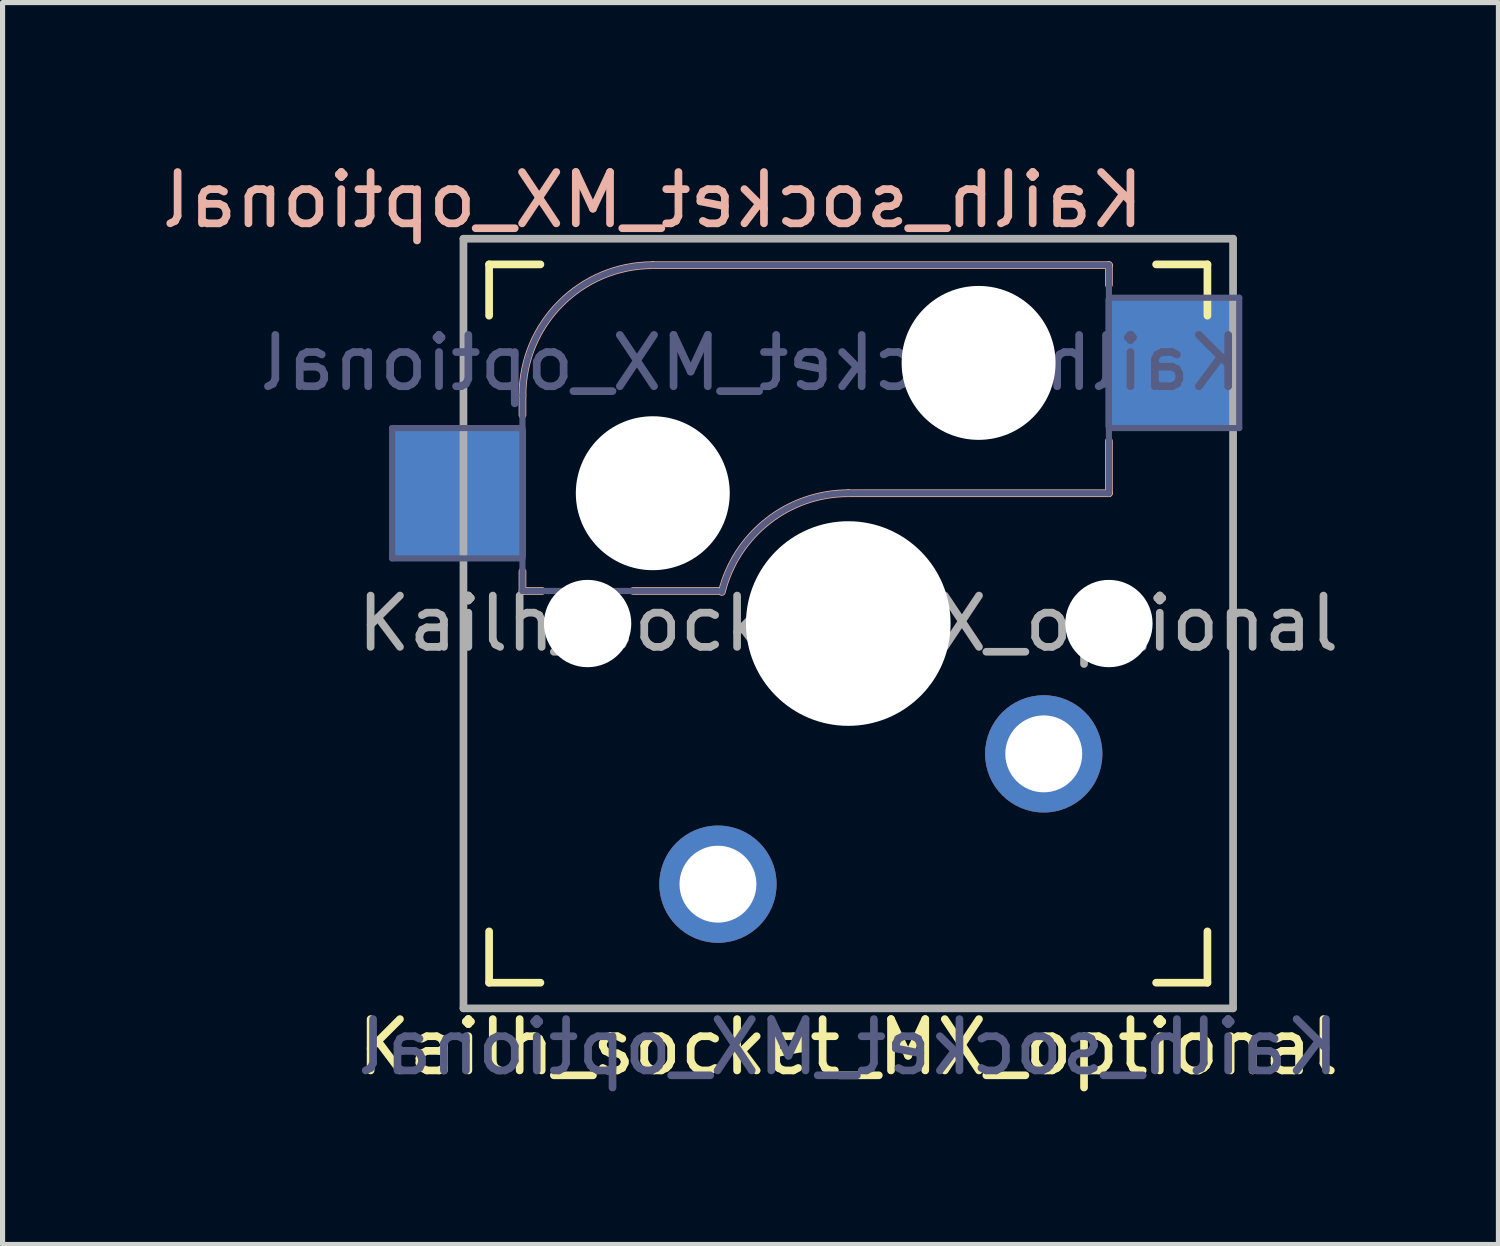
<source format=kicad_pcb>
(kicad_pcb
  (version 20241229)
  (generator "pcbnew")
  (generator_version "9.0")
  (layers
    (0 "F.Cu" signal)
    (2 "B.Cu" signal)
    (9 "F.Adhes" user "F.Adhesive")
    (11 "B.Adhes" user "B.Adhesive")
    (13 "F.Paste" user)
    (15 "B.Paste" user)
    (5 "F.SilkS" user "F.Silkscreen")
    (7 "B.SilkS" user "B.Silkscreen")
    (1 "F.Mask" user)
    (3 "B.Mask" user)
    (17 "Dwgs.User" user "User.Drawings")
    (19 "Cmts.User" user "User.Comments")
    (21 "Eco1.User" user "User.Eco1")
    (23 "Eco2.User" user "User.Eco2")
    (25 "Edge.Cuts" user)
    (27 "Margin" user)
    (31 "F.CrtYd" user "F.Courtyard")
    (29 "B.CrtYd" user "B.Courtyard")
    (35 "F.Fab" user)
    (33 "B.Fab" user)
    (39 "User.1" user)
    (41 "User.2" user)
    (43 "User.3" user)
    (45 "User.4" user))
  (footprint "Kailh_socket_MX_optional"
    (layer "F.Cu")
    (at 13.483 9.103)
    (property "Reference" "Kailh_socket_MX_optional" (at 0 8.255 180) (layer "F.SilkS") (effects (font (size 1 1) (thickness 0.15))))
    (property "Value" "Kailh_socket_MX_optional" (at 0 8.255 0) (layer "F.Fab") (hide yes) (effects (font (size 1 1) (thickness 0.15))))
    (attr through_hole)
    (fp_line (start -7 -6) (end -7 -7) (stroke (width 0.15) (type solid)) (layer "F.SilkS"))
    (fp_line (start -7 7) (end -7 6) (stroke (width 0.15) (type solid)) (layer "F.SilkS"))
    (fp_line (start -7 7) (end -6 7) (stroke (width 0.15) (type solid)) (layer "F.SilkS"))
    (fp_line (start -6 -7) (end -7 -7) (stroke (width 0.15) (type solid)) (layer "F.SilkS"))
    (fp_line (start 6 7) (end 7 7) (stroke (width 0.15) (type solid)) (layer "F.SilkS"))
    (fp_line (start 7 -7) (end 6 -7) (stroke (width 0.15) (type solid)) (layer "F.SilkS"))
    (fp_line (start 7 -7) (end 7 -6) (stroke (width 0.15) (type solid)) (layer "F.SilkS"))
    (fp_line (start 7 6) (end 7 7) (stroke (width 0.15) (type solid)) (layer "F.SilkS"))
    (fp_line (start -6.35 -4.445) (end -6.35 -4.064) (stroke (width 0.15) (type solid)) (layer "B.SilkS"))
    (fp_line (start -6.35 -1.016) (end -6.35 -0.635) (stroke (width 0.15) (type solid)) (layer "B.SilkS"))
    (fp_line (start -6.35 -0.635) (end -5.969 -0.635) (stroke (width 0.15) (type solid)) (layer "B.SilkS"))
    (fp_line (start -4.191 -0.635) (end -2.54 -0.635) (stroke (width 0.15) (type solid)) (layer "B.SilkS"))
    (fp_line (start 0 -2.54) (end 5.08 -2.54) (stroke (width 0.15) (type solid)) (layer "B.SilkS"))
    (fp_line (start 5.08 -6.985) (end -3.81 -6.985) (stroke (width 0.15) (type solid)) (layer "B.SilkS"))
    (fp_line (start 5.08 -6.604) (end 5.08 -6.985) (stroke (width 0.15) (type solid)) (layer "B.SilkS"))
    (fp_line (start 5.08 -2.54) (end 5.08 -3.556) (stroke (width 0.15) (type solid)) (layer "B.SilkS"))
    (fp_arc (start -6.35 -4.445) (mid -5.606051 -6.241051) (end -3.81 -6.985) (stroke (width 0.15) (type solid)) (layer "B.SilkS"))
    (fp_arc (start -2.464162 -0.61604) (mid -1.563147 -2.002042) (end 0 -2.54) (stroke (width 0.15) (type solid)) (layer "B.SilkS"))
    (fp_line (start -6.9 6.9) (end -6.9 -6.9) (stroke (width 0.15) (type solid)) (layer "Eco2.User"))
    (fp_line (start -6.9 6.9) (end 6.9 6.9) (stroke (width 0.15) (type solid)) (layer "Eco2.User"))
    (fp_line (start 6.9 -6.9) (end -6.9 -6.9) (stroke (width 0.15) (type solid)) (layer "Eco2.User"))
    (fp_line (start 6.9 -6.9) (end 6.9 6.9) (stroke (width 0.15) (type solid)) (layer "Eco2.User"))
    (fp_line (start -8.89 -3.81) (end -8.89 -1.27) (stroke (width 0.12) (type solid)) (layer "B.Fab"))
    (fp_line (start -8.89 -1.27) (end -6.35 -1.27) (stroke (width 0.12) (type solid)) (layer "B.Fab"))
    (fp_line (start -6.35 -4.445) (end -6.35 -0.635) (stroke (width 0.12) (type solid)) (layer "B.Fab"))
    (fp_line (start -6.35 -3.81) (end -8.89 -3.81) (stroke (width 0.12) (type solid)) (layer "B.Fab"))
    (fp_line (start -6.35 -0.635) (end -2.54 -0.635) (stroke (width 0.12) (type solid)) (layer "B.Fab"))
    (fp_line (start 0 -2.54) (end 5.08 -2.54) (stroke (width 0.12) (type solid)) (layer "B.Fab"))
    (fp_line (start 5.08 -6.985) (end -3.81 -6.985) (stroke (width 0.12) (type solid)) (layer "B.Fab"))
    (fp_line (start 5.08 -3.81) (end 7.62 -3.81) (stroke (width 0.12) (type solid)) (layer "B.Fab"))
    (fp_line (start 5.08 -2.54) (end 5.08 -6.985) (stroke (width 0.12) (type solid)) (layer "B.Fab"))
    (fp_line (start 7.62 -6.35) (end 5.08 -6.35) (stroke (width 0.12) (type solid)) (layer "B.Fab"))
    (fp_line (start 7.62 -3.81) (end 7.62 -6.35) (stroke (width 0.12) (type solid)) (layer "B.Fab"))
    (fp_arc (start -6.35 -4.445) (mid -5.606051 -6.241051) (end -3.81 -6.985) (stroke (width 0.12) (type solid)) (layer "B.Fab"))
    (fp_arc (start -2.464162 -0.61604) (mid -1.563147 -2.002042) (end 0 -2.54) (stroke (width 0.12) (type solid)) (layer "B.Fab"))
    (fp_line (start -7.5 -7.5) (end 7.5 -7.5) (stroke (width 0.15) (type solid)) (layer "F.Fab"))
    (fp_line (start -7.5 7.5) (end -7.5 -7.5) (stroke (width 0.15) (type solid)) (layer "F.Fab"))
    (fp_line (start 7.5 -7.5) (end 7.5 7.5) (stroke (width 0.15) (type solid)) (layer "F.Fab"))
    (fp_line (start 7.5 7.5) (end -7.5 7.5) (stroke (width 0.15) (type solid)) (layer "F.Fab"))
    (fp_text user "${REFERENCE}" (at -3.81 -8.255 180) (layer "B.SilkS") (effects (font (size 1 1) (thickness 0.15)) (justify mirror)))
    (fp_text user "${REFERENCE}" (at -1.905 -5.08 180) (layer "B.Fab") (effects (font (size 1 1) (thickness 0.15)) (justify mirror)))
    (fp_text user "${VALUE}" (at 0 8.255 0) (layer "B.Fab") (effects (font (size 1 1) (thickness 0.15)) (justify mirror)))
    (fp_text user "${REFERENCE}" (at 0 0 180) (layer "F.Fab") (effects (font (size 1 1) (thickness 0.15))))
    (pad "" np_thru_hole circle (at -5.08 0 180) (size 1.702 1.702) (drill 1.702) (layers "*.Cu" "*.Mask"))
    (pad "" np_thru_hole circle (at -3.81 -2.54 180) (size 3 3) (drill 3) (layers "*.Cu" "*.Mask"))
    (pad "" np_thru_hole circle (at 0 0 180) (size 3.988 3.988) (drill 3.988) (layers "*.Cu" "*.Mask"))
    (pad "" np_thru_hole circle (at 2.54 -5.08 180) (size 3 3) (drill 3) (layers "*.Cu" "*.Mask"))
    (pad "" np_thru_hole circle (at 5.08 0 180) (size 1.702 1.702) (drill 1.702) (layers "*.Cu" "*.Mask"))
    (pad "1" thru_hole circle (at -2.54 5.08 180) (size 2.286 2.286) (drill 1.499) (layers "*.Cu" "*.Mask"))
    (pad "1" smd rect (at 6.29 -5.08 180) (size 2.55 2.5) (layers "B.Cu" "B.Mask" "B.Paste"))
    (pad "2" smd rect (at -7.56 -2.54 180) (size 2.55 2.5) (layers "B.Cu" "B.Mask" "B.Paste"))
    (pad "2" thru_hole circle (at 3.81 2.54 180) (size 2.286 2.286) (drill 1.499) (layers "*.Cu" "*.Mask")))
  (gr_rect
    (start -3 -3)
    (end 26.155 21.206)
    (stroke (width 0.1) (type default))
    (fill no)
    (layer "Edge.Cuts")))
</source>
